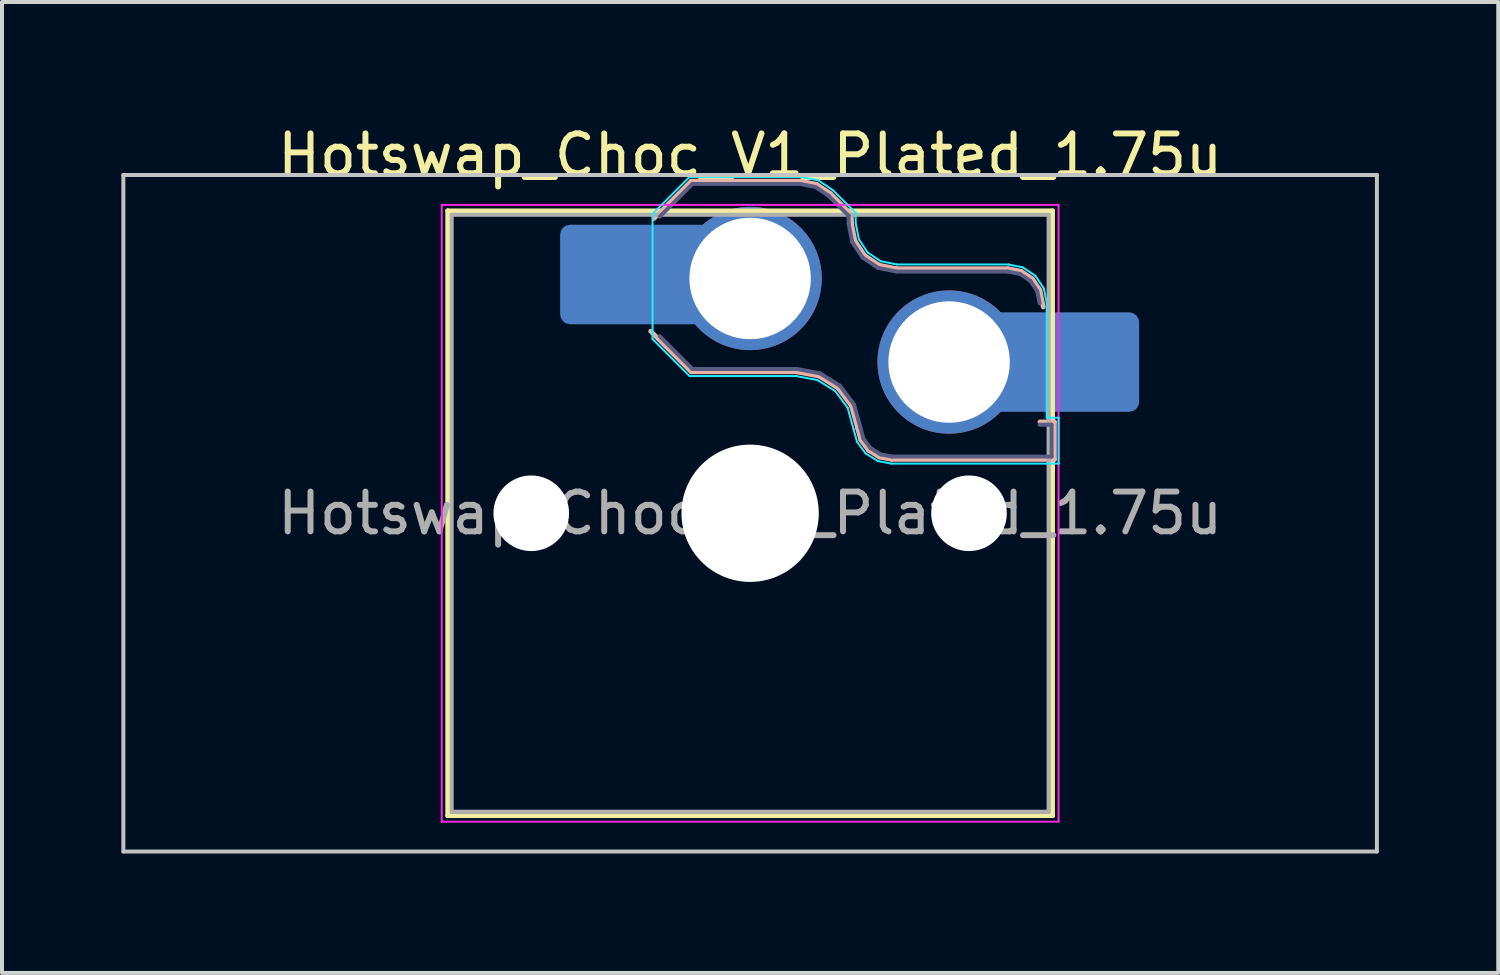
<source format=kicad_pcb>
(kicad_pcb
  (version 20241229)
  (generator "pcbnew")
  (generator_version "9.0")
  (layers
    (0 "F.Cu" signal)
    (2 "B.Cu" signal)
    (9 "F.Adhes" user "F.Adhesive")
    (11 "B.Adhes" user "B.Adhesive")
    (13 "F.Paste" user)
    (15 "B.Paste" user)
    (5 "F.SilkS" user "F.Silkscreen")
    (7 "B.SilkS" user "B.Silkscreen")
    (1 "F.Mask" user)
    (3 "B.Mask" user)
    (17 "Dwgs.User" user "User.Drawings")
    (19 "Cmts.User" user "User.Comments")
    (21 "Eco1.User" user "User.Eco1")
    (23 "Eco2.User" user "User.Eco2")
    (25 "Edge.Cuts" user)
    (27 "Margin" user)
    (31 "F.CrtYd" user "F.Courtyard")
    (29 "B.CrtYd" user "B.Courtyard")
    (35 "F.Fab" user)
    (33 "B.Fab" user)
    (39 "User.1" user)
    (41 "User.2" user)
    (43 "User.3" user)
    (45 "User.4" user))
  (footprint "Hotswap_Choc_V1_Plated_1.75u"
    (layer "F.Cu")
    (at 15.8 9.848)
    (property "Reference" "Hotswap_Choc_V1_Plated_1.75u" (at 0 -9 0) (layer "F.SilkS") (effects (font (size 1 1) (thickness 0.15))))
    (attr smd allow_soldermask_bridges)
    (fp_line (start -7.6 -7.6) (end -7.6 7.6) (stroke (width 0.12) (type solid)) (layer "F.SilkS"))
    (fp_line (start -7.6 7.6) (end 7.6 7.6) (stroke (width 0.12) (type solid)) (layer "F.SilkS"))
    (fp_line (start 7.6 -7.6) (end -7.6 -7.6) (stroke (width 0.12) (type solid)) (layer "F.SilkS"))
    (fp_line (start 7.6 7.6) (end 7.6 -7.6) (stroke (width 0.12) (type solid)) (layer "F.SilkS"))
    (fp_line (start -2.416 -7.409) (end -1.479 -8.346) (stroke (width 0.12) (type solid)) (layer "B.SilkS"))
    (fp_line (start -1.479 -8.346) (end 1.268 -8.346) (stroke (width 0.12) (type solid)) (layer "B.SilkS"))
    (fp_line (start -1.479 -3.554) (end -2.5 -4.575) (stroke (width 0.12) (type solid)) (layer "B.SilkS"))
    (fp_line (start 1.168 -3.554) (end -1.479 -3.554) (stroke (width 0.12) (type solid)) (layer "B.SilkS"))
    (fp_line (start 1.268 -8.346) (end 1.671 -8.266) (stroke (width 0.12) (type solid)) (layer "B.SilkS"))
    (fp_line (start 1.671 -8.266) (end 2.013 -8.037) (stroke (width 0.12) (type solid)) (layer "B.SilkS"))
    (fp_line (start 1.73 -3.449) (end 1.168 -3.554) (stroke (width 0.12) (type solid)) (layer "B.SilkS"))
    (fp_line (start 2.013 -8.037) (end 2.546 -7.504) (stroke (width 0.12) (type solid)) (layer "B.SilkS"))
    (fp_line (start 2.209 -3.15) (end 1.73 -3.449) (stroke (width 0.12) (type solid)) (layer "B.SilkS"))
    (fp_line (start 2.546 -7.504) (end 2.546 -7.282) (stroke (width 0.12) (type solid)) (layer "B.SilkS"))
    (fp_line (start 2.546 -7.282) (end 2.633 -6.844) (stroke (width 0.12) (type solid)) (layer "B.SilkS"))
    (fp_line (start 2.547 -2.697) (end 2.209 -3.15) (stroke (width 0.12) (type solid)) (layer "B.SilkS"))
    (fp_line (start 2.633 -6.844) (end 2.877 -6.477) (stroke (width 0.12) (type solid)) (layer "B.SilkS"))
    (fp_line (start 2.701 -2.139) (end 2.547 -2.697) (stroke (width 0.12) (type solid)) (layer "B.SilkS"))
    (fp_line (start 2.783 -1.841) (end 2.701 -2.139) (stroke (width 0.12) (type solid)) (layer "B.SilkS"))
    (fp_line (start 2.877 -6.477) (end 3.244 -6.233) (stroke (width 0.12) (type solid)) (layer "B.SilkS"))
    (fp_line (start 2.976 -1.583) (end 2.783 -1.841) (stroke (width 0.12) (type solid)) (layer "B.SilkS"))
    (fp_line (start 3.244 -6.233) (end 3.682 -6.146) (stroke (width 0.12) (type solid)) (layer "B.SilkS"))
    (fp_line (start 3.25 -1.413) (end 2.976 -1.583) (stroke (width 0.12) (type solid)) (layer "B.SilkS"))
    (fp_line (start 3.56 -1.354) (end 3.25 -1.413) (stroke (width 0.12) (type solid)) (layer "B.SilkS"))
    (fp_line (start 3.682 -6.146) (end 6.482 -6.146) (stroke (width 0.12) (type solid)) (layer "B.SilkS"))
    (fp_line (start 6.482 -6.146) (end 6.809 -6.081) (stroke (width 0.12) (type solid)) (layer "B.SilkS"))
    (fp_line (start 6.809 -6.081) (end 7.092 -5.892) (stroke (width 0.12) (type solid)) (layer "B.SilkS"))
    (fp_line (start 7.092 -5.892) (end 7.281 -5.609) (stroke (width 0.12) (type solid)) (layer "B.SilkS"))
    (fp_line (start 7.281 -5.609) (end 7.366 -5.182) (stroke (width 0.12) (type solid)) (layer "B.SilkS"))
    (fp_line (start 7.283 -2.296) (end 7.646 -2.296) (stroke (width 0.12) (type solid)) (layer "B.SilkS"))
    (fp_line (start 7.646 -2.296) (end 7.646 -1.354) (stroke (width 0.12) (type solid)) (layer "B.SilkS"))
    (fp_line (start 7.646 -1.354) (end 3.56 -1.354) (stroke (width 0.12) (type solid)) (layer "B.SilkS"))
    (fp_line (start -15.75 -8.5) (end -15.75 8.5) (stroke (width 0.1) (type solid)) (layer "Dwgs.User"))
    (fp_line (start -15.75 8.5) (end 15.75 8.5) (stroke (width 0.1) (type solid)) (layer "Dwgs.User"))
    (fp_line (start 15.75 -8.5) (end -15.75 -8.5) (stroke (width 0.1) (type solid)) (layer "Dwgs.User"))
    (fp_line (start 15.75 8.5) (end 15.75 -8.5) (stroke (width 0.1) (type solid)) (layer "Dwgs.User"))
    (fp_line (start -7.25 -7.25) (end -7.25 7.25) (stroke (width 0.1) (type solid)) (layer "Eco1.User"))
    (fp_line (start -7.25 7.25) (end 7.25 7.25) (stroke (width 0.1) (type solid)) (layer "Eco1.User"))
    (fp_line (start 7.25 -7.25) (end -7.25 -7.25) (stroke (width 0.1) (type solid)) (layer "Eco1.User"))
    (fp_line (start 7.25 7.25) (end 7.25 -7.25) (stroke (width 0.1) (type solid)) (layer "Eco1.User"))
    (fp_line (start -2.452 -7.523) (end -1.523 -8.452) (stroke (width 0.05) (type solid)) (layer "B.CrtYd"))
    (fp_line (start -2.452 -4.377) (end -2.452 -7.523) (stroke (width 0.05) (type solid)) (layer "B.CrtYd"))
    (fp_line (start -1.523 -8.452) (end 1.278 -8.452) (stroke (width 0.05) (type solid)) (layer "B.CrtYd"))
    (fp_line (start -1.523 -3.448) (end -2.452 -4.377) (stroke (width 0.05) (type solid)) (layer "B.CrtYd"))
    (fp_line (start 1.159 -3.448) (end -1.523 -3.448) (stroke (width 0.05) (type solid)) (layer "B.CrtYd"))
    (fp_line (start 1.278 -8.452) (end 1.712 -8.366) (stroke (width 0.05) (type solid)) (layer "B.CrtYd"))
    (fp_line (start 1.691 -3.348) (end 1.159 -3.448) (stroke (width 0.05) (type solid)) (layer "B.CrtYd"))
    (fp_line (start 1.712 -8.366) (end 2.081 -8.119) (stroke (width 0.05) (type solid)) (layer "B.CrtYd"))
    (fp_line (start 2.081 -8.119) (end 2.652 -7.548) (stroke (width 0.05) (type solid)) (layer "B.CrtYd"))
    (fp_line (start 2.136 -3.071) (end 1.691 -3.348) (stroke (width 0.05) (type solid)) (layer "B.CrtYd"))
    (fp_line (start 2.45 -2.65) (end 2.136 -3.071) (stroke (width 0.05) (type solid)) (layer "B.CrtYd"))
    (fp_line (start 2.599 -2.111) (end 2.45 -2.65) (stroke (width 0.05) (type solid)) (layer "B.CrtYd"))
    (fp_line (start 2.652 -7.548) (end 2.652 -7.292) (stroke (width 0.05) (type solid)) (layer "B.CrtYd"))
    (fp_line (start 2.652 -7.292) (end 2.733 -6.885) (stroke (width 0.05) (type solid)) (layer "B.CrtYd"))
    (fp_line (start 2.687 -1.794) (end 2.599 -2.111) (stroke (width 0.05) (type solid)) (layer "B.CrtYd"))
    (fp_line (start 2.733 -6.885) (end 2.953 -6.553) (stroke (width 0.05) (type solid)) (layer "B.CrtYd"))
    (fp_line (start 2.903 -1.503) (end 2.687 -1.794) (stroke (width 0.05) (type solid)) (layer "B.CrtYd"))
    (fp_line (start 2.953 -6.553) (end 3.285 -6.333) (stroke (width 0.05) (type solid)) (layer "B.CrtYd"))
    (fp_line (start 3.211 -1.312) (end 2.903 -1.503) (stroke (width 0.05) (type solid)) (layer "B.CrtYd"))
    (fp_line (start 3.285 -6.333) (end 3.692 -6.252) (stroke (width 0.05) (type solid)) (layer "B.CrtYd"))
    (fp_line (start 3.55 -1.248) (end 3.211 -1.312) (stroke (width 0.05) (type solid)) (layer "B.CrtYd"))
    (fp_line (start 3.692 -6.252) (end 6.492 -6.252) (stroke (width 0.05) (type solid)) (layer "B.CrtYd"))
    (fp_line (start 6.492 -6.252) (end 6.85 -6.181) (stroke (width 0.05) (type solid)) (layer "B.CrtYd"))
    (fp_line (start 6.85 -6.181) (end 7.168 -5.968) (stroke (width 0.05) (type solid)) (layer "B.CrtYd"))
    (fp_line (start 7.168 -5.968) (end 7.381 -5.65) (stroke (width 0.05) (type solid)) (layer "B.CrtYd"))
    (fp_line (start 7.381 -5.65) (end 7.452 -5.292) (stroke (width 0.05) (type solid)) (layer "B.CrtYd"))
    (fp_line (start 7.452 -5.292) (end 7.452 -2.402) (stroke (width 0.05) (type solid)) (layer "B.CrtYd"))
    (fp_line (start 7.452 -2.402) (end 7.752 -2.402) (stroke (width 0.05) (type solid)) (layer "B.CrtYd"))
    (fp_line (start 7.752 -2.402) (end 7.752 -1.248) (stroke (width 0.05) (type solid)) (layer "B.CrtYd"))
    (fp_line (start 7.752 -1.248) (end 3.55 -1.248) (stroke (width 0.05) (type solid)) (layer "B.CrtYd"))
    (fp_line (start -7.75 -7.75) (end -7.75 7.75) (stroke (width 0.05) (type solid)) (layer "F.CrtYd"))
    (fp_line (start -7.75 7.75) (end 7.75 7.75) (stroke (width 0.05) (type solid)) (layer "F.CrtYd"))
    (fp_line (start 7.75 -7.75) (end -7.75 -7.75) (stroke (width 0.05) (type solid)) (layer "F.CrtYd"))
    (fp_line (start 7.75 7.75) (end 7.75 -7.75) (stroke (width 0.05) (type solid)) (layer "F.CrtYd"))
    (fp_line (start -2.275 -7.45) (end -1.45 -8.275) (stroke (width 0.1) (type solid)) (layer "B.Fab"))
    (fp_line (start -1.45 -8.275) (end 1.261 -8.275) (stroke (width 0.1) (type solid)) (layer "B.Fab"))
    (fp_line (start -1.45 -3.625) (end -2.275 -4.45) (stroke (width 0.1) (type solid)) (layer "B.Fab"))
    (fp_line (start 1.175 -3.625) (end -1.45 -3.625) (stroke (width 0.1) (type solid)) (layer "B.Fab"))
    (fp_line (start 1.261 -8.275) (end 1.643 -8.199) (stroke (width 0.1) (type solid)) (layer "B.Fab"))
    (fp_line (start 1.643 -8.199) (end 1.968 -7.982) (stroke (width 0.1) (type solid)) (layer "B.Fab"))
    (fp_line (start 1.756 -3.516) (end 1.175 -3.625) (stroke (width 0.1) (type solid)) (layer "B.Fab"))
    (fp_line (start 1.968 -7.982) (end 2.475 -7.475) (stroke (width 0.1) (type solid)) (layer "B.Fab"))
    (fp_line (start 2.258 -3.203) (end 1.756 -3.516) (stroke (width 0.1) (type solid)) (layer "B.Fab"))
    (fp_line (start 2.475 -7.475) (end 2.475 -7.275) (stroke (width 0.1) (type solid)) (layer "B.Fab"))
    (fp_line (start 2.475 -7.275) (end 2.566 -6.816) (stroke (width 0.1) (type solid)) (layer "B.Fab"))
    (fp_line (start 2.566 -6.816) (end 2.826 -6.426) (stroke (width 0.1) (type solid)) (layer "B.Fab"))
    (fp_line (start 2.612 -2.729) (end 2.258 -3.203) (stroke (width 0.1) (type solid)) (layer "B.Fab"))
    (fp_line (start 2.769 -2.158) (end 2.612 -2.729) (stroke (width 0.1) (type solid)) (layer "B.Fab"))
    (fp_line (start 2.826 -6.426) (end 3.216 -6.166) (stroke (width 0.1) (type solid)) (layer "B.Fab"))
    (fp_line (start 2.848 -1.873) (end 2.769 -2.158) (stroke (width 0.1) (type solid)) (layer "B.Fab"))
    (fp_line (start 3.025 -1.636) (end 2.848 -1.873) (stroke (width 0.1) (type solid)) (layer "B.Fab"))
    (fp_line (start 3.216 -6.166) (end 3.675 -6.075) (stroke (width 0.1) (type solid)) (layer "B.Fab"))
    (fp_line (start 3.276 -1.48) (end 3.025 -1.636) (stroke (width 0.1) (type solid)) (layer "B.Fab"))
    (fp_line (start 3.567 -1.425) (end 3.276 -1.48) (stroke (width 0.1) (type solid)) (layer "B.Fab"))
    (fp_line (start 3.675 -6.075) (end 6.475 -6.075) (stroke (width 0.1) (type solid)) (layer "B.Fab"))
    (fp_line (start 6.475 -6.075) (end 6.781 -6.014) (stroke (width 0.1) (type solid)) (layer "B.Fab"))
    (fp_line (start 6.781 -6.014) (end 7.041 -5.841) (stroke (width 0.1) (type solid)) (layer "B.Fab"))
    (fp_line (start 7.041 -5.841) (end 7.214 -5.581) (stroke (width 0.1) (type solid)) (layer "B.Fab"))
    (fp_line (start 7.214 -5.581) (end 7.275 -5.275) (stroke (width 0.1) (type solid)) (layer "B.Fab"))
    (fp_line (start 7.275 -2.225) (end 7.575 -2.225) (stroke (width 0.1) (type solid)) (layer "B.Fab"))
    (fp_line (start 7.575 -2.225) (end 7.575 -1.425) (stroke (width 0.1) (type solid)) (layer "B.Fab"))
    (fp_line (start 7.575 -1.425) (end 3.567 -1.425) (stroke (width 0.1) (type solid)) (layer "B.Fab"))
    (fp_line (start -7.5 -7.5) (end -7.5 7.5) (stroke (width 0.1) (type solid)) (layer "F.Fab"))
    (fp_line (start -7.5 7.5) (end 7.5 7.5) (stroke (width 0.1) (type solid)) (layer "F.Fab"))
    (fp_line (start 7.5 -7.5) (end -7.5 -7.5) (stroke (width 0.1) (type solid)) (layer "F.Fab"))
    (fp_line (start 7.5 7.5) (end 7.5 -7.5) (stroke (width 0.1) (type solid)) (layer "F.Fab"))
    (fp_text user "${REFERENCE}" (at 0 0 0) (layer "F.Fab") (effects (font (size 1 1) (thickness 0.15))))
    (pad "" np_thru_hole circle (at -5.5 0) (size 1.9 1.9) (drill 1.9) (layers "*.Cu" "*.Mask"))
    (pad "" smd roundrect (at -3.5 -6) (size 2.55 2.5) (layers "B.Mask" "B.Paste") (roundrect_rratio 0.1))
    (pad "" np_thru_hole circle (at 0 0) (size 3.45 3.45) (drill 3.45) (layers "*.Cu" "*.Mask"))
    (pad "" np_thru_hole circle (at 5.5 0) (size 1.9 1.9) (drill 1.9) (layers "*.Cu" "*.Mask"))
    (pad "" smd roundrect (at 8.5 -3.8) (size 2.55 2.5) (layers "B.Mask" "B.Paste") (roundrect_rratio 0.1))
    (pad "1" smd roundrect (at -2.85 -6) (size 3.85 2.5) (layers "B.Cu") (roundrect_rratio 0.1))
    (pad "1" thru_hole circle (at 0 -5.9) (size 3.6 3.6) (drill 3.05) (layers "*.Cu" "*.Mask"))
    (pad "2" thru_hole circle (at 5 -3.8) (size 3.6 3.6) (drill 3.05) (layers "*.Cu" "*.Mask"))
    (pad "2" smd roundrect (at 7.85 -3.8) (size 3.85 2.5) (layers "B.Cu") (roundrect_rratio 0.1)))
  (gr_rect
    (start -3 -3)
    (end 34.6 21.398)
    (stroke (width 0.1) (type default))
    (fill no)
    (layer "Edge.Cuts")))
</source>
